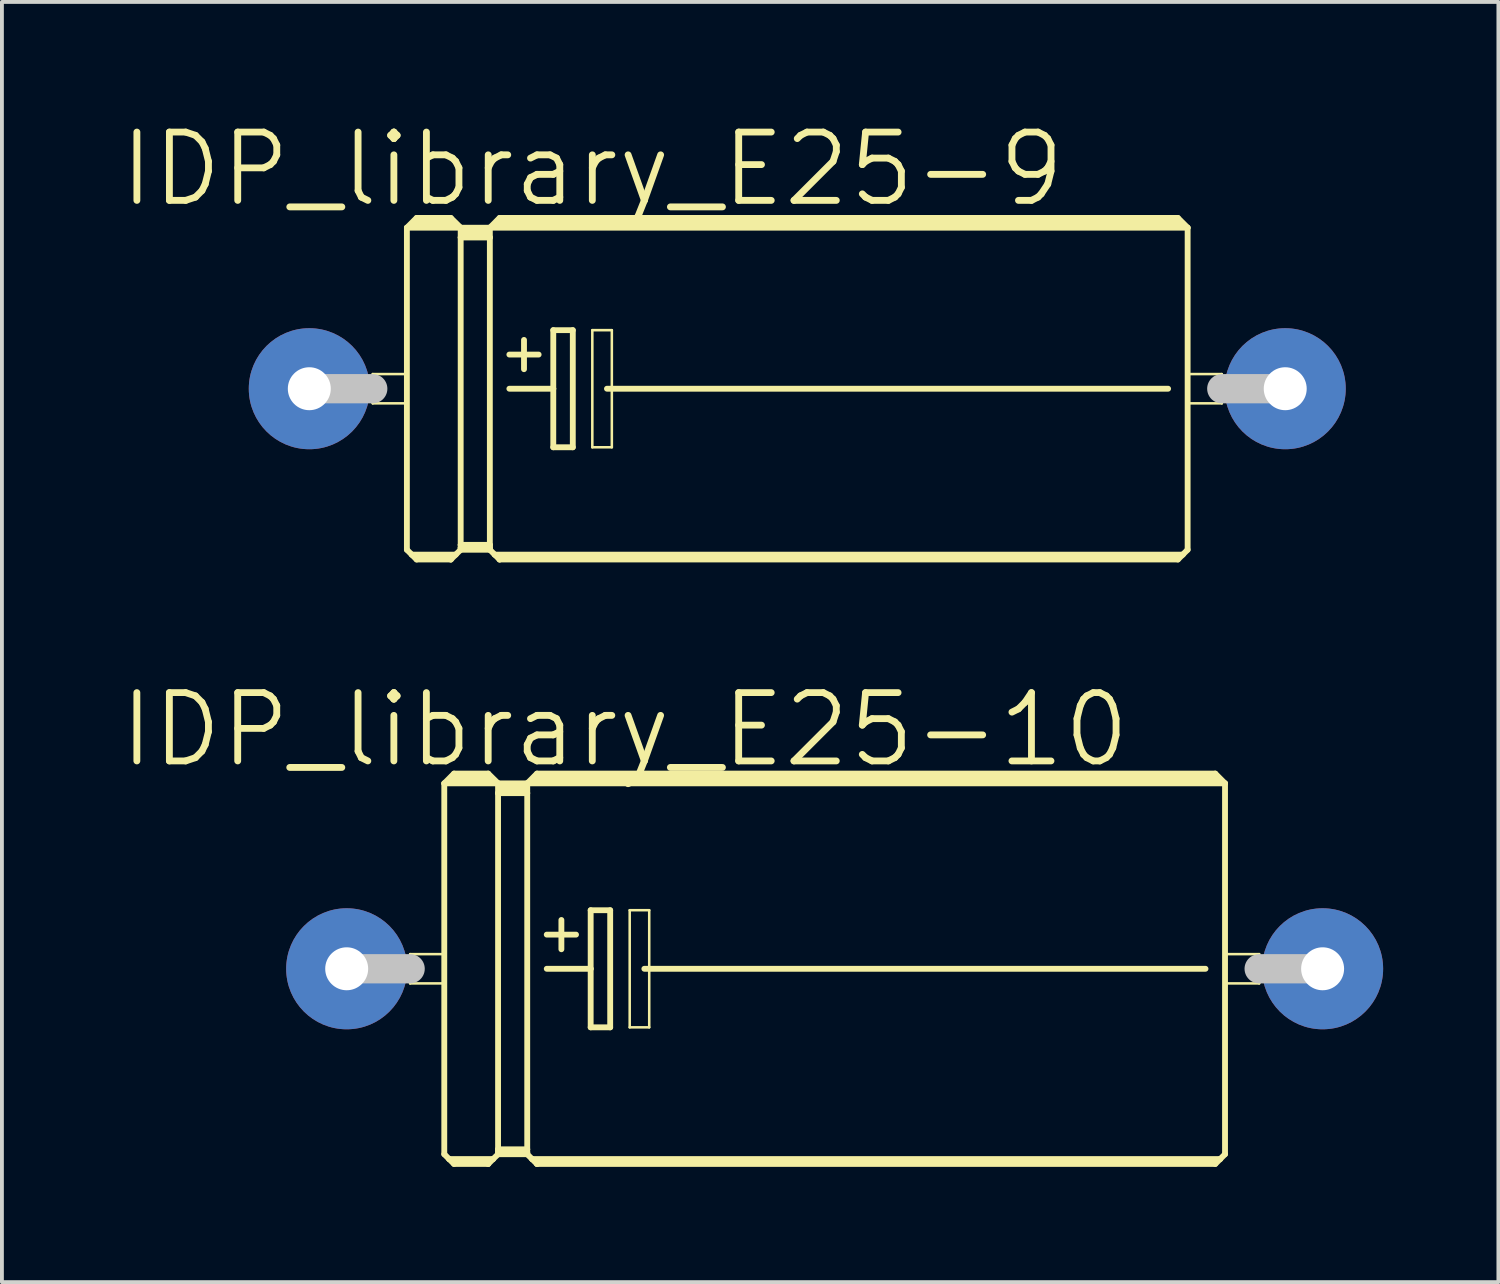
<source format=kicad_pcb>
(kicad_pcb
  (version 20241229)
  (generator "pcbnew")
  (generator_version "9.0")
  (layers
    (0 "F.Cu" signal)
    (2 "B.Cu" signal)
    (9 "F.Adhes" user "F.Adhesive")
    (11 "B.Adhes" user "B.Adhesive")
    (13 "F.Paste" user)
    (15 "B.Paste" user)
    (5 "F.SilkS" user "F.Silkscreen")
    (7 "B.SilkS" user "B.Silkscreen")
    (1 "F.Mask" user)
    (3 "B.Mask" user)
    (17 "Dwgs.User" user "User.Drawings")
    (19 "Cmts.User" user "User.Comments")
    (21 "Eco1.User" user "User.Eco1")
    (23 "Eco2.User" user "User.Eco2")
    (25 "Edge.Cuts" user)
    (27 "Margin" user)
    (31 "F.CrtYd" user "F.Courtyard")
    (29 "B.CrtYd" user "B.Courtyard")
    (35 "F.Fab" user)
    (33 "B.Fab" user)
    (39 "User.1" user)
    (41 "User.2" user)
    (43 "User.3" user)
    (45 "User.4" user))
  (footprint "IDP_library_E25-10"
    (layer "F.Cu")
    (at 18.673 22.164)
    (property "Reference" "IDP_library_E25-10" (at -5.461 -6.223 0) (layer "F.SilkS") (effects (font (size 1.778 1.778) (thickness 0.178))))
    (attr exclude_from_pos_files exclude_from_bom)
    (fp_line (start -11.049 -0.381) (end -10.16 -0.381) (stroke (width 0.066) (type solid)) (layer "F.SilkS"))
    (fp_line (start -11.049 0.381) (end -11.049 -0.381) (stroke (width 0.066) (type solid)) (layer "F.SilkS"))
    (fp_line (start -11.049 0.381) (end -10.16 0.381) (stroke (width 0.066) (type solid)) (layer "F.SilkS"))
    (fp_line (start -10.16 -4.826) (end -10.16 4.826) (stroke (width 0.152) (type solid)) (layer "F.SilkS"))
    (fp_line (start -10.16 -4.826) (end -9.906 -5.08) (stroke (width 0.152) (type solid)) (layer "F.SilkS"))
    (fp_line (start -10.16 -4.826) (end -8.76 -4.826) (stroke (width 0.152) (type solid)) (layer "F.SilkS"))
    (fp_line (start -10.16 0.381) (end -10.16 -0.381) (stroke (width 0.066) (type solid)) (layer "F.SilkS"))
    (fp_line (start -10.16 4.826) (end -10.033 4.953) (stroke (width 0.152) (type solid)) (layer "F.SilkS"))
    (fp_line (start -10.033 4.953) (end -9.906 5.08) (stroke (width 0.152) (type solid)) (layer "F.SilkS"))
    (fp_line (start -10.033 4.953) (end -8.89 4.953) (stroke (width 0.152) (type solid)) (layer "F.SilkS"))
    (fp_line (start -9.906 -5.08) (end -9.017 -5.08) (stroke (width 0.152) (type solid)) (layer "F.SilkS"))
    (fp_line (start -9.906 -4.953) (end -9.017 -4.953) (stroke (width 0.305) (type solid)) (layer "F.SilkS"))
    (fp_line (start -9.906 5.029) (end -9.017 5.029) (stroke (width 0.152) (type solid)) (layer "F.SilkS"))
    (fp_line (start -9.906 5.08) (end -9.017 5.08) (stroke (width 0.152) (type solid)) (layer "F.SilkS"))
    (fp_line (start -9.017 -5.08) (end -8.76 -4.826) (stroke (width 0.152) (type solid)) (layer "F.SilkS"))
    (fp_line (start -9.017 5.029) (end -9.017 5.08) (stroke (width 0.152) (type solid)) (layer "F.SilkS"))
    (fp_line (start -9.017 5.08) (end -8.89 4.953) (stroke (width 0.152) (type solid)) (layer "F.SilkS"))
    (fp_line (start -8.89 4.953) (end -8.76 4.826) (stroke (width 0.152) (type solid)) (layer "F.SilkS"))
    (fp_line (start -8.76 -4.826) (end -8.76 -4.572) (stroke (width 0.152) (type solid)) (layer "F.SilkS"))
    (fp_line (start -8.76 -4.572) (end -8.001 -4.572) (stroke (width 0.152) (type solid)) (layer "F.SilkS"))
    (fp_line (start -8.76 4.699) (end -8.76 -4.572) (stroke (width 0.152) (type solid)) (layer "F.SilkS"))
    (fp_line (start -8.76 4.699) (end -8.001 4.699) (stroke (width 0.152) (type solid)) (layer "F.SilkS"))
    (fp_line (start -8.76 4.775) (end -8.76 4.699) (stroke (width 0.152) (type solid)) (layer "F.SilkS"))
    (fp_line (start -8.76 4.775) (end -8.001 4.775) (stroke (width 0.152) (type solid)) (layer "F.SilkS"))
    (fp_line (start -8.76 4.826) (end -8.76 4.775) (stroke (width 0.152) (type solid)) (layer "F.SilkS"))
    (fp_line (start -8.636 -4.699) (end -8.128 -4.699) (stroke (width 0.305) (type solid)) (layer "F.SilkS"))
    (fp_line (start -8.001 -4.826) (end -8.76 -4.826) (stroke (width 0.152) (type solid)) (layer "F.SilkS"))
    (fp_line (start -8.001 -4.826) (end -8.001 -4.572) (stroke (width 0.152) (type solid)) (layer "F.SilkS"))
    (fp_line (start -8.001 -4.826) (end 10.16 -4.826) (stroke (width 0.152) (type solid)) (layer "F.SilkS"))
    (fp_line (start -8.001 4.699) (end -8.001 -4.572) (stroke (width 0.152) (type solid)) (layer "F.SilkS"))
    (fp_line (start -8.001 4.775) (end -8.001 4.699) (stroke (width 0.152) (type solid)) (layer "F.SilkS"))
    (fp_line (start -8.001 4.826) (end -8.76 4.826) (stroke (width 0.152) (type solid)) (layer "F.SilkS"))
    (fp_line (start -8.001 4.826) (end -8.001 4.775) (stroke (width 0.152) (type solid)) (layer "F.SilkS"))
    (fp_line (start -7.874 4.953) (end -8.001 4.826) (stroke (width 0.152) (type solid)) (layer "F.SilkS"))
    (fp_line (start -7.874 4.953) (end 10.033 4.953) (stroke (width 0.152) (type solid)) (layer "F.SilkS"))
    (fp_line (start -7.747 -5.08) (end -8.001 -4.826) (stroke (width 0.152) (type solid)) (layer "F.SilkS"))
    (fp_line (start -7.747 -5.08) (end 9.906 -5.08) (stroke (width 0.152) (type solid)) (layer "F.SilkS"))
    (fp_line (start -7.747 -4.953) (end 9.906 -4.953) (stroke (width 0.305) (type solid)) (layer "F.SilkS"))
    (fp_line (start -7.747 5.029) (end 9.906 5.029) (stroke (width 0.152) (type solid)) (layer "F.SilkS"))
    (fp_line (start -7.747 5.08) (end -7.874 4.953) (stroke (width 0.152) (type solid)) (layer "F.SilkS"))
    (fp_line (start -7.747 5.08) (end -7.747 5.029) (stroke (width 0.152) (type solid)) (layer "F.SilkS"))
    (fp_line (start -7.747 5.08) (end 9.906 5.08) (stroke (width 0.152) (type solid)) (layer "F.SilkS"))
    (fp_line (start -7.493 -0.889) (end -6.731 -0.889) (stroke (width 0.152) (type solid)) (layer "F.SilkS"))
    (fp_line (start -7.493 0) (end -6.35 0) (stroke (width 0.152) (type solid)) (layer "F.SilkS"))
    (fp_line (start -7.112 -1.27) (end -7.112 -0.508) (stroke (width 0.152) (type solid)) (layer "F.SilkS"))
    (fp_line (start -6.35 -1.524) (end -6.35 0) (stroke (width 0.152) (type solid)) (layer "F.SilkS"))
    (fp_line (start -6.35 0) (end -6.35 1.524) (stroke (width 0.152) (type solid)) (layer "F.SilkS"))
    (fp_line (start -6.35 1.524) (end -5.842 1.524) (stroke (width 0.152) (type solid)) (layer "F.SilkS"))
    (fp_line (start -5.842 -1.524) (end -6.35 -1.524) (stroke (width 0.152) (type solid)) (layer "F.SilkS"))
    (fp_line (start -5.842 1.524) (end -5.842 -1.524) (stroke (width 0.152) (type solid)) (layer "F.SilkS"))
    (fp_line (start -5.334 -1.524) (end -4.826 -1.524) (stroke (width 0.066) (type solid)) (layer "F.SilkS"))
    (fp_line (start -5.334 1.524) (end -5.334 -1.524) (stroke (width 0.066) (type solid)) (layer "F.SilkS"))
    (fp_line (start -5.334 1.524) (end -4.826 1.524) (stroke (width 0.066) (type solid)) (layer "F.SilkS"))
    (fp_line (start -4.953 0) (end 9.652 0) (stroke (width 0.152) (type solid)) (layer "F.SilkS"))
    (fp_line (start -4.826 1.524) (end -4.826 -1.524) (stroke (width 0.066) (type solid)) (layer "F.SilkS"))
    (fp_line (start 9.906 -5.08) (end 10.16 -4.826) (stroke (width 0.152) (type solid)) (layer "F.SilkS"))
    (fp_line (start 9.906 5.08) (end 10.033 4.953) (stroke (width 0.152) (type solid)) (layer "F.SilkS"))
    (fp_line (start 10.033 4.953) (end 10.16 4.826) (stroke (width 0.152) (type solid)) (layer "F.SilkS"))
    (fp_line (start 10.16 -0.381) (end 11.049 -0.381) (stroke (width 0.066) (type solid)) (layer "F.SilkS"))
    (fp_line (start 10.16 0.381) (end 10.16 -0.381) (stroke (width 0.066) (type solid)) (layer "F.SilkS"))
    (fp_line (start 10.16 0.381) (end 11.049 0.381) (stroke (width 0.066) (type solid)) (layer "F.SilkS"))
    (fp_line (start 10.16 4.826) (end 10.16 -4.826) (stroke (width 0.152) (type solid)) (layer "F.SilkS"))
    (fp_line (start 11.049 0.381) (end 11.049 -0.381) (stroke (width 0.066) (type solid)) (layer "F.SilkS"))
    (fp_line (start -12.7 0) (end -11.049 0) (stroke (width 0.762) (type solid)) (layer "Dwgs.User"))
    (fp_line (start 12.7 0) (end 11.049 0) (stroke (width 0.762) (type solid)) (layer "Dwgs.User"))
    (pad "+" thru_hole circle (at -12.7 0) (size 3.15 3.15) (drill 1.118) (layers "*.Cu" "*.Paste" "*.Mask"))
    (pad "-" thru_hole circle (at 12.7 0) (size 3.15 3.15) (drill 1.118) (layers "*.Cu" "*.Paste" "*.Mask")))
  (footprint "IDP_library_E25-9"
    (layer "F.Cu")
    (at 17.7 7.067)
    (property "Reference" "IDP_library_E25-9" (at -5.334 -5.715 0) (layer "F.SilkS") (effects (font (size 1.778 1.778) (thickness 0.178))))
    (attr exclude_from_pos_files exclude_from_bom)
    (fp_line (start -11.049 -0.381) (end -10.16 -0.381) (stroke (width 0.066) (type solid)) (layer "F.SilkS"))
    (fp_line (start -11.049 0.381) (end -11.049 -0.381) (stroke (width 0.066) (type solid)) (layer "F.SilkS"))
    (fp_line (start -11.049 0.381) (end -10.16 0.381) (stroke (width 0.066) (type solid)) (layer "F.SilkS"))
    (fp_line (start -10.16 -4.191) (end -10.16 4.191) (stroke (width 0.152) (type solid)) (layer "F.SilkS"))
    (fp_line (start -10.16 -4.191) (end -9.906 -4.445) (stroke (width 0.152) (type solid)) (layer "F.SilkS"))
    (fp_line (start -10.16 -4.191) (end -8.76 -4.191) (stroke (width 0.152) (type solid)) (layer "F.SilkS"))
    (fp_line (start -10.16 0.381) (end -10.16 -0.381) (stroke (width 0.066) (type solid)) (layer "F.SilkS"))
    (fp_line (start -10.16 4.191) (end -10.033 4.318) (stroke (width 0.152) (type solid)) (layer "F.SilkS"))
    (fp_line (start -10.033 4.318) (end -9.906 4.445) (stroke (width 0.152) (type solid)) (layer "F.SilkS"))
    (fp_line (start -10.033 4.318) (end -8.89 4.318) (stroke (width 0.152) (type solid)) (layer "F.SilkS"))
    (fp_line (start -9.906 -4.445) (end -9.017 -4.445) (stroke (width 0.152) (type solid)) (layer "F.SilkS"))
    (fp_line (start -9.906 -4.318) (end -9.017 -4.318) (stroke (width 0.305) (type solid)) (layer "F.SilkS"))
    (fp_line (start -9.906 4.392) (end -9.017 4.392) (stroke (width 0.152) (type solid)) (layer "F.SilkS"))
    (fp_line (start -9.906 4.445) (end -9.017 4.445) (stroke (width 0.152) (type solid)) (layer "F.SilkS"))
    (fp_line (start -9.017 -4.445) (end -8.76 -4.191) (stroke (width 0.152) (type solid)) (layer "F.SilkS"))
    (fp_line (start -9.017 4.392) (end -9.017 4.445) (stroke (width 0.152) (type solid)) (layer "F.SilkS"))
    (fp_line (start -9.017 4.445) (end -8.89 4.318) (stroke (width 0.152) (type solid)) (layer "F.SilkS"))
    (fp_line (start -8.89 4.318) (end -8.76 4.191) (stroke (width 0.152) (type solid)) (layer "F.SilkS"))
    (fp_line (start -8.76 -4.191) (end -8.76 -3.937) (stroke (width 0.152) (type solid)) (layer "F.SilkS"))
    (fp_line (start -8.76 -3.937) (end -8.001 -3.937) (stroke (width 0.152) (type solid)) (layer "F.SilkS"))
    (fp_line (start -8.76 4.064) (end -8.76 -3.937) (stroke (width 0.152) (type solid)) (layer "F.SilkS"))
    (fp_line (start -8.76 4.064) (end -8.001 4.064) (stroke (width 0.152) (type solid)) (layer "F.SilkS"))
    (fp_line (start -8.76 4.14) (end -8.76 4.064) (stroke (width 0.152) (type solid)) (layer "F.SilkS"))
    (fp_line (start -8.76 4.14) (end -8.001 4.14) (stroke (width 0.152) (type solid)) (layer "F.SilkS"))
    (fp_line (start -8.76 4.191) (end -8.76 4.14) (stroke (width 0.152) (type solid)) (layer "F.SilkS"))
    (fp_line (start -8.636 -4.064) (end -8.128 -4.064) (stroke (width 0.305) (type solid)) (layer "F.SilkS"))
    (fp_line (start -8.001 -4.191) (end -8.76 -4.191) (stroke (width 0.152) (type solid)) (layer "F.SilkS"))
    (fp_line (start -8.001 -4.191) (end -8.001 -3.937) (stroke (width 0.152) (type solid)) (layer "F.SilkS"))
    (fp_line (start -8.001 -4.191) (end 10.16 -4.191) (stroke (width 0.152) (type solid)) (layer "F.SilkS"))
    (fp_line (start -8.001 4.064) (end -8.001 -3.937) (stroke (width 0.152) (type solid)) (layer "F.SilkS"))
    (fp_line (start -8.001 4.14) (end -8.001 4.064) (stroke (width 0.152) (type solid)) (layer "F.SilkS"))
    (fp_line (start -8.001 4.191) (end -8.76 4.191) (stroke (width 0.152) (type solid)) (layer "F.SilkS"))
    (fp_line (start -8.001 4.191) (end -8.001 4.14) (stroke (width 0.152) (type solid)) (layer "F.SilkS"))
    (fp_line (start -7.874 4.318) (end -8.001 4.191) (stroke (width 0.152) (type solid)) (layer "F.SilkS"))
    (fp_line (start -7.874 4.318) (end 10.033 4.318) (stroke (width 0.152) (type solid)) (layer "F.SilkS"))
    (fp_line (start -7.747 -4.445) (end -8.001 -4.191) (stroke (width 0.152) (type solid)) (layer "F.SilkS"))
    (fp_line (start -7.747 -4.445) (end 9.906 -4.445) (stroke (width 0.152) (type solid)) (layer "F.SilkS"))
    (fp_line (start -7.747 -4.318) (end 9.906 -4.318) (stroke (width 0.305) (type solid)) (layer "F.SilkS"))
    (fp_line (start -7.747 4.392) (end 9.906 4.392) (stroke (width 0.152) (type solid)) (layer "F.SilkS"))
    (fp_line (start -7.747 4.445) (end -7.874 4.318) (stroke (width 0.152) (type solid)) (layer "F.SilkS"))
    (fp_line (start -7.747 4.445) (end -7.747 4.392) (stroke (width 0.152) (type solid)) (layer "F.SilkS"))
    (fp_line (start -7.747 4.445) (end 9.906 4.445) (stroke (width 0.152) (type solid)) (layer "F.SilkS"))
    (fp_line (start -7.493 -0.889) (end -6.731 -0.889) (stroke (width 0.152) (type solid)) (layer "F.SilkS"))
    (fp_line (start -7.493 0) (end -6.35 0) (stroke (width 0.152) (type solid)) (layer "F.SilkS"))
    (fp_line (start -7.112 -1.27) (end -7.112 -0.508) (stroke (width 0.152) (type solid)) (layer "F.SilkS"))
    (fp_line (start -6.35 -1.524) (end -6.35 0) (stroke (width 0.152) (type solid)) (layer "F.SilkS"))
    (fp_line (start -6.35 0) (end -6.35 1.524) (stroke (width 0.152) (type solid)) (layer "F.SilkS"))
    (fp_line (start -6.35 1.524) (end -5.842 1.524) (stroke (width 0.152) (type solid)) (layer "F.SilkS"))
    (fp_line (start -5.842 -1.524) (end -6.35 -1.524) (stroke (width 0.152) (type solid)) (layer "F.SilkS"))
    (fp_line (start -5.842 1.524) (end -5.842 -1.524) (stroke (width 0.152) (type solid)) (layer "F.SilkS"))
    (fp_line (start -5.334 -1.524) (end -4.826 -1.524) (stroke (width 0.066) (type solid)) (layer "F.SilkS"))
    (fp_line (start -5.334 1.524) (end -5.334 -1.524) (stroke (width 0.066) (type solid)) (layer "F.SilkS"))
    (fp_line (start -5.334 1.524) (end -4.826 1.524) (stroke (width 0.066) (type solid)) (layer "F.SilkS"))
    (fp_line (start -4.953 0) (end 9.652 0) (stroke (width 0.152) (type solid)) (layer "F.SilkS"))
    (fp_line (start -4.826 1.524) (end -4.826 -1.524) (stroke (width 0.066) (type solid)) (layer "F.SilkS"))
    (fp_line (start 9.906 -4.445) (end 10.16 -4.191) (stroke (width 0.152) (type solid)) (layer "F.SilkS"))
    (fp_line (start 9.906 4.445) (end 10.033 4.318) (stroke (width 0.152) (type solid)) (layer "F.SilkS"))
    (fp_line (start 10.033 4.318) (end 10.16 4.191) (stroke (width 0.152) (type solid)) (layer "F.SilkS"))
    (fp_line (start 10.16 -0.381) (end 11.049 -0.381) (stroke (width 0.066) (type solid)) (layer "F.SilkS"))
    (fp_line (start 10.16 0.381) (end 10.16 -0.381) (stroke (width 0.066) (type solid)) (layer "F.SilkS"))
    (fp_line (start 10.16 0.381) (end 11.049 0.381) (stroke (width 0.066) (type solid)) (layer "F.SilkS"))
    (fp_line (start 10.16 4.191) (end 10.16 -4.191) (stroke (width 0.152) (type solid)) (layer "F.SilkS"))
    (fp_line (start 11.049 0.381) (end 11.049 -0.381) (stroke (width 0.066) (type solid)) (layer "F.SilkS"))
    (fp_line (start -12.7 0) (end -11.049 0) (stroke (width 0.762) (type solid)) (layer "Dwgs.User"))
    (fp_line (start 12.7 0) (end 11.049 0) (stroke (width 0.762) (type solid)) (layer "Dwgs.User"))
    (pad "+" thru_hole circle (at -12.7 0) (size 3.15 3.15) (drill 1.118) (layers "*.Cu" "*.Paste" "*.Mask"))
    (pad "-" thru_hole circle (at 12.7 0) (size 3.15 3.15) (drill 1.118) (layers "*.Cu" "*.Paste" "*.Mask")))
  (gr_rect
    (start -3 -3)
    (end 35.948 30.32)
    (stroke (width 0.1) (type default))
    (fill no)
    (layer "Edge.Cuts")))
</source>
